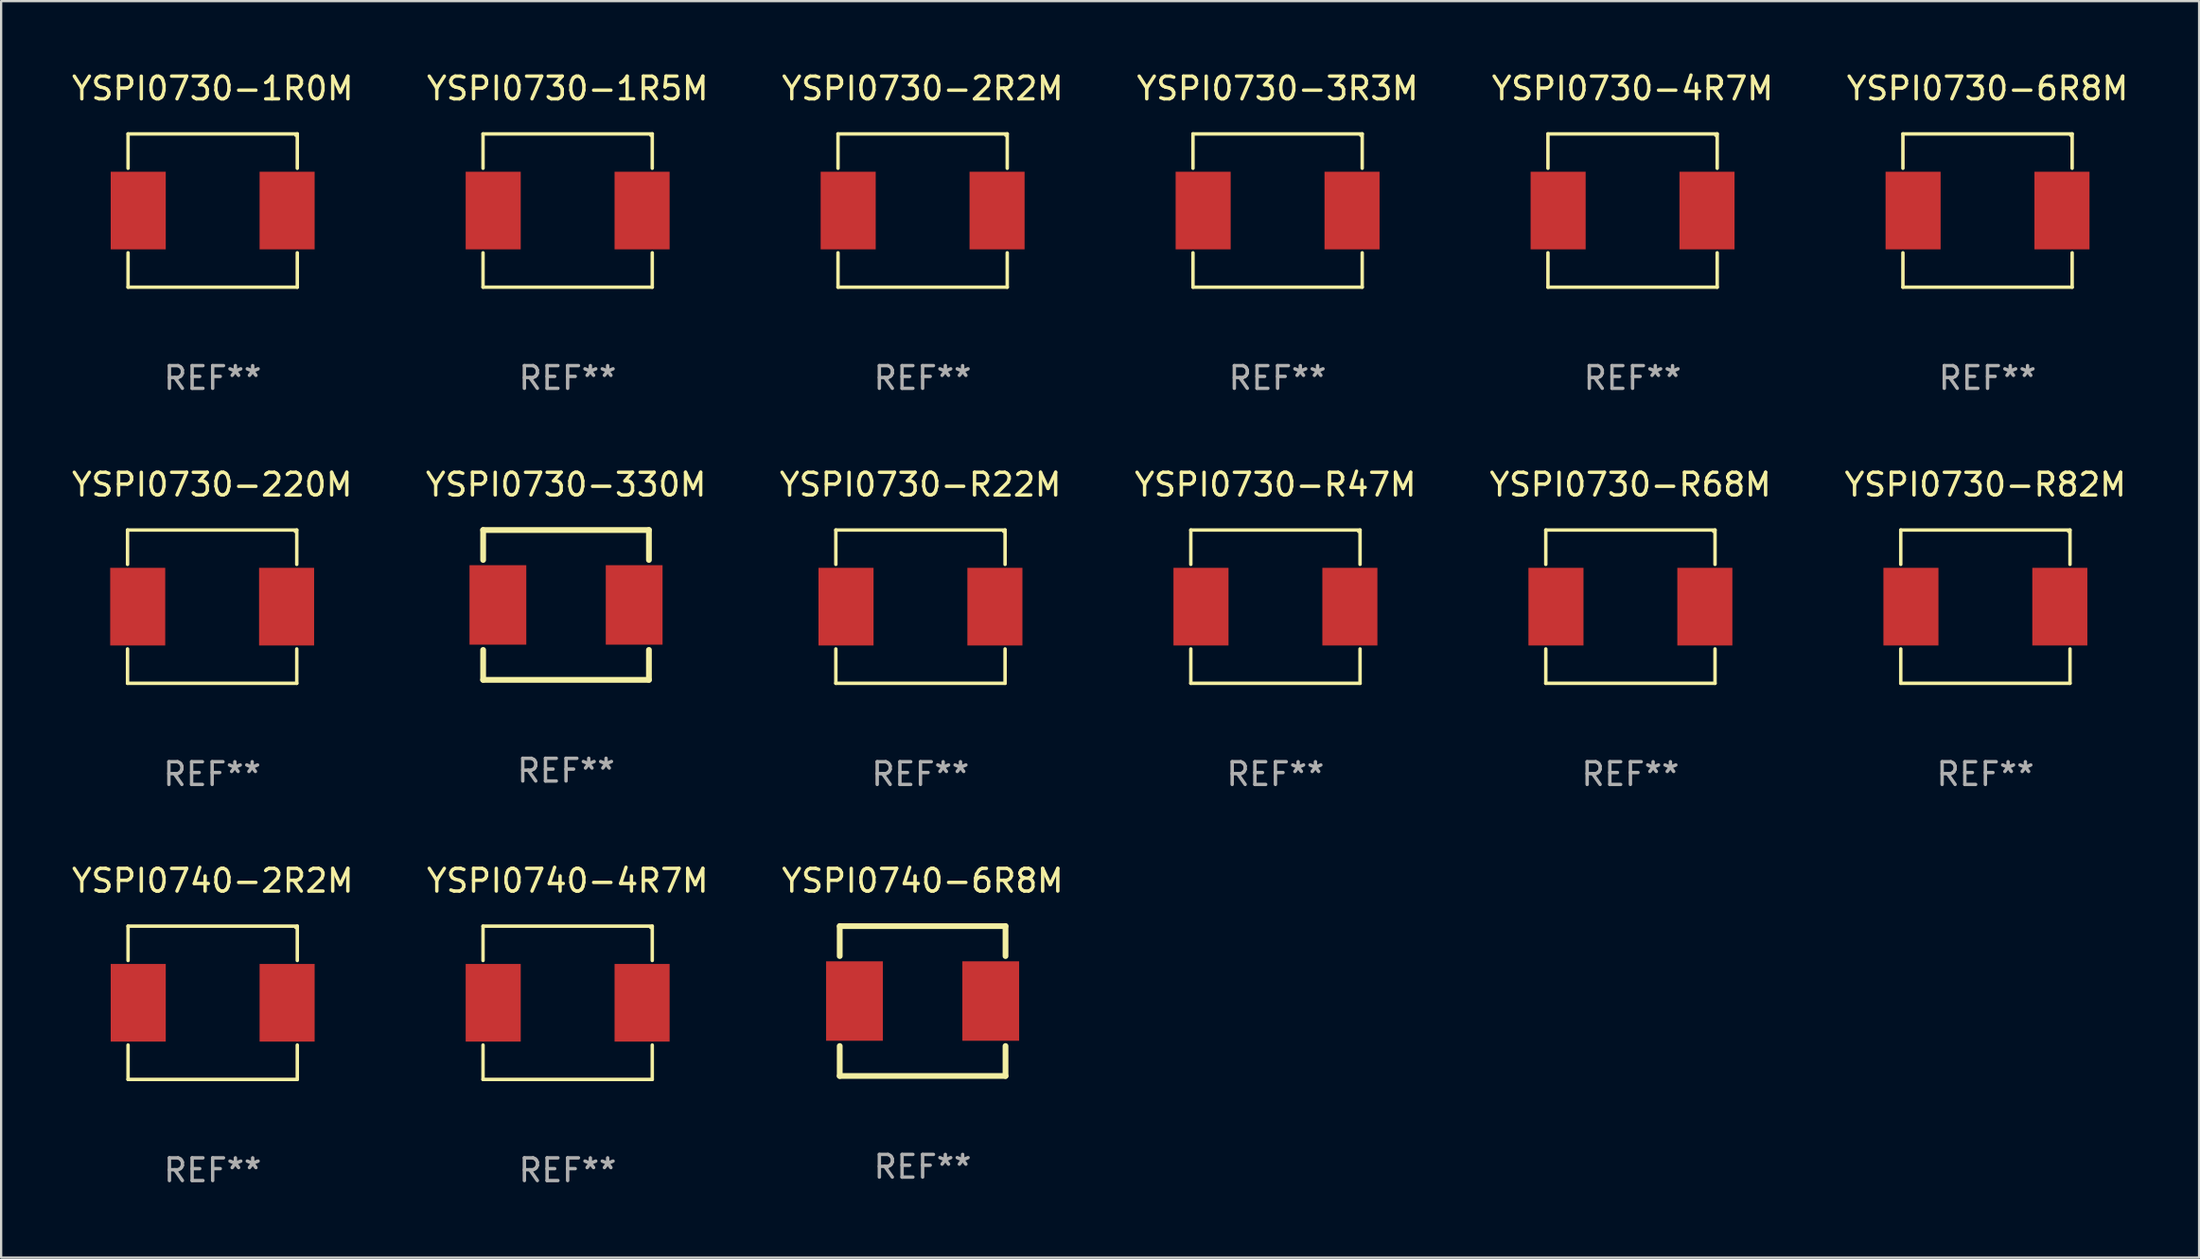
<source format=kicad_pcb>
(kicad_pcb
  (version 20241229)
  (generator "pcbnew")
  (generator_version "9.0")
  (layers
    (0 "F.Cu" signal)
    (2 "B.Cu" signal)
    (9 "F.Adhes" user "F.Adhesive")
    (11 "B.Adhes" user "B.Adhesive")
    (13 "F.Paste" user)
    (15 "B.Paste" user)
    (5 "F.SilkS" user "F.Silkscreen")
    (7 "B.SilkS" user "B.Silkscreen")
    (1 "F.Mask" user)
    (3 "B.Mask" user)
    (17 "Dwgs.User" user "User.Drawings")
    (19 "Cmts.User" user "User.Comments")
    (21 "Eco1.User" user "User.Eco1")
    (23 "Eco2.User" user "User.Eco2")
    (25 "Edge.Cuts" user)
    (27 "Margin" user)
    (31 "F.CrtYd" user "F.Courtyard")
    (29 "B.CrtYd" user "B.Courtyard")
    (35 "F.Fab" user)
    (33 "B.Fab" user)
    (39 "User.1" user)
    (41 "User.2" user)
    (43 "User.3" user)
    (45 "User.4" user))
  (footprint "YSPI0730-6R8M"
    (layer "F.Cu")
    (at 84.47 6.224)
    (property "Reference" "YSPI0730-6R8M" (at 0 -5.376 0) (layer "F.SilkS") (effects (font (size 1 1) (thickness 0.15))))
    (attr through_hole)
    (fp_line (start -3.726 -3.376) (end 3.726 -3.376) (stroke (width 0.152) (type solid)) (layer "F.SilkS"))
    (fp_line (start -3.726 -1.862) (end -3.726 -3.376) (stroke (width 0.152) (type solid)) (layer "F.SilkS"))
    (fp_line (start -3.726 1.862) (end -3.726 3.376) (stroke (width 0.152) (type solid)) (layer "F.SilkS"))
    (fp_line (start -3.726 3.376) (end 3.726 3.376) (stroke (width 0.152) (type solid)) (layer "F.SilkS"))
    (fp_line (start 3.726 -3.376) (end 3.726 -1.862) (stroke (width 0.152) (type solid)) (layer "F.SilkS"))
    (fp_line (start 3.726 3.376) (end 3.726 1.862) (stroke (width 0.152) (type solid)) (layer "F.SilkS"))
    (fp_circle (center 3.65 -3.3) (end 3.68 -3.3) (stroke (width 0.06) (type solid)) (fill no) (layer "F.SilkS"))
    (fp_text user "REF**" (at 0 7.376 0) (layer "F.Fab") (effects (font (size 1 1) (thickness 0.15))))
    (pad "1" smd rect (at 3.278 0) (size 2.424 3.42) (layers "F.Cu" "F.Mask" "F.Paste"))
    (pad "2" smd rect (at -3.278 0) (size 2.424 3.42) (layers "F.Cu" "F.Mask" "F.Paste")))
  (footprint "YSPI0730-1R0M"
    (layer "F.Cu")
    (at 6.315 6.224)
    (property "Reference" "YSPI0730-1R0M" (at 0 -5.376 0) (layer "F.SilkS") (effects (font (size 1 1) (thickness 0.15))))
    (attr through_hole)
    (fp_line (start -3.726 -3.376) (end 3.726 -3.376) (stroke (width 0.152) (type solid)) (layer "F.SilkS"))
    (fp_line (start -3.726 -1.862) (end -3.726 -3.376) (stroke (width 0.152) (type solid)) (layer "F.SilkS"))
    (fp_line (start -3.726 1.862) (end -3.726 3.376) (stroke (width 0.152) (type solid)) (layer "F.SilkS"))
    (fp_line (start -3.726 3.376) (end 3.726 3.376) (stroke (width 0.152) (type solid)) (layer "F.SilkS"))
    (fp_line (start 3.726 -3.376) (end 3.726 -1.862) (stroke (width 0.152) (type solid)) (layer "F.SilkS"))
    (fp_line (start 3.726 3.376) (end 3.726 1.862) (stroke (width 0.152) (type solid)) (layer "F.SilkS"))
    (fp_circle (center 3.65 -3.3) (end 3.68 -3.3) (stroke (width 0.06) (type solid)) (fill no) (layer "F.SilkS"))
    (fp_text user "REF**" (at 0 7.376 0) (layer "F.Fab") (effects (font (size 1 1) (thickness 0.15))))
    (pad "1" smd rect (at 3.278 0) (size 2.424 3.42) (layers "F.Cu" "F.Mask" "F.Paste"))
    (pad "2" smd rect (at -3.278 0) (size 2.424 3.42) (layers "F.Cu" "F.Mask" "F.Paste")))
  (footprint "YSPI0730-1R5M"
    (layer "F.Cu")
    (at 21.946 6.224)
    (property "Reference" "YSPI0730-1R5M" (at 0 -5.376 0) (layer "F.SilkS") (effects (font (size 1 1) (thickness 0.15))))
    (attr through_hole)
    (fp_line (start -3.726 -3.376) (end 3.726 -3.376) (stroke (width 0.152) (type solid)) (layer "F.SilkS"))
    (fp_line (start -3.726 -1.862) (end -3.726 -3.376) (stroke (width 0.152) (type solid)) (layer "F.SilkS"))
    (fp_line (start -3.726 1.862) (end -3.726 3.376) (stroke (width 0.152) (type solid)) (layer "F.SilkS"))
    (fp_line (start -3.726 3.376) (end 3.726 3.376) (stroke (width 0.152) (type solid)) (layer "F.SilkS"))
    (fp_line (start 3.726 -3.376) (end 3.726 -1.862) (stroke (width 0.152) (type solid)) (layer "F.SilkS"))
    (fp_line (start 3.726 3.376) (end 3.726 1.862) (stroke (width 0.152) (type solid)) (layer "F.SilkS"))
    (fp_circle (center 3.65 -3.3) (end 3.68 -3.3) (stroke (width 0.06) (type solid)) (fill no) (layer "F.SilkS"))
    (fp_text user "REF**" (at 0 7.376 0) (layer "F.Fab") (effects (font (size 1 1) (thickness 0.15))))
    (pad "1" smd rect (at 3.278 0) (size 2.424 3.42) (layers "F.Cu" "F.Mask" "F.Paste"))
    (pad "2" smd rect (at -3.278 0) (size 2.424 3.42) (layers "F.Cu" "F.Mask" "F.Paste")))
  (footprint "YSPI0730-R68M"
    (layer "F.Cu")
    (at 68.744 23.673)
    (property "Reference" "YSPI0730-R68M" (at 0 -5.376 0) (layer "F.SilkS") (effects (font (size 1 1) (thickness 0.15))))
    (attr through_hole)
    (fp_line (start -3.726 -3.376) (end 3.726 -3.376) (stroke (width 0.152) (type solid)) (layer "F.SilkS"))
    (fp_line (start -3.726 -1.862) (end -3.726 -3.376) (stroke (width 0.152) (type solid)) (layer "F.SilkS"))
    (fp_line (start -3.726 1.862) (end -3.726 3.376) (stroke (width 0.152) (type solid)) (layer "F.SilkS"))
    (fp_line (start -3.726 3.376) (end 3.726 3.376) (stroke (width 0.152) (type solid)) (layer "F.SilkS"))
    (fp_line (start 3.726 -3.376) (end 3.726 -1.862) (stroke (width 0.152) (type solid)) (layer "F.SilkS"))
    (fp_line (start 3.726 3.376) (end 3.726 1.862) (stroke (width 0.152) (type solid)) (layer "F.SilkS"))
    (fp_circle (center 3.65 -3.3) (end 3.68 -3.3) (stroke (width 0.06) (type solid)) (fill no) (layer "F.SilkS"))
    (fp_text user "REF**" (at 0 7.376 0) (layer "F.Fab") (effects (font (size 1 1) (thickness 0.15))))
    (pad "1" smd rect (at 3.278 0) (size 2.424 3.42) (layers "F.Cu" "F.Mask" "F.Paste"))
    (pad "2" smd rect (at -3.278 0) (size 2.424 3.42) (layers "F.Cu" "F.Mask" "F.Paste")))
  (footprint "YSPI0740-6R8M"
    (layer "F.Cu")
    (at 37.577 41.046)
    (property "Reference" "YSPI0740-6R8M" (at 0 -5.3 0) (layer "F.SilkS") (effects (font (size 1 1) (thickness 0.15))))
    (attr through_hole)
    (fp_line (start -3.65 -3.3) (end 3.65 -3.3) (stroke (width 0.254) (type solid)) (layer "F.SilkS"))
    (fp_line (start -3.65 -1.981) (end -3.65 -3.3) (stroke (width 0.254) (type solid)) (layer "F.SilkS"))
    (fp_line (start -3.65 3.3) (end -3.65 1.981) (stroke (width 0.254) (type solid)) (layer "F.SilkS"))
    (fp_line (start 3.65 -3.3) (end 3.65 -1.981) (stroke (width 0.254) (type solid)) (layer "F.SilkS"))
    (fp_line (start 3.65 1.981) (end 3.65 3.3) (stroke (width 0.254) (type solid)) (layer "F.SilkS"))
    (fp_line (start 3.65 3.3) (end -3.65 3.3) (stroke (width 0.254) (type solid)) (layer "F.SilkS"))
    (fp_circle (center -3.65 3.3) (end -3.62 3.3) (stroke (width 0.06) (type solid)) (fill no) (layer "F.SilkS"))
    (fp_text user "REF**" (at 0 7.3 0) (layer "F.Fab") (effects (font (size 1 1) (thickness 0.15))))
    (pad "1" smd rect (at -3 0) (size 2.5 3.5) (layers "F.Cu" "F.Mask" "F.Paste"))
    (pad "2" smd rect (at 3 0) (size 2.5 3.5) (layers "F.Cu" "F.Mask" "F.Paste")))
  (footprint "YSPI0730-2R2M"
    (layer "F.Cu")
    (at 37.577 6.224)
    (property "Reference" "YSPI0730-2R2M" (at 0 -5.376 0) (layer "F.SilkS") (effects (font (size 1 1) (thickness 0.15))))
    (attr through_hole)
    (fp_line (start -3.726 -3.376) (end 3.726 -3.376) (stroke (width 0.152) (type solid)) (layer "F.SilkS"))
    (fp_line (start -3.726 -1.862) (end -3.726 -3.376) (stroke (width 0.152) (type solid)) (layer "F.SilkS"))
    (fp_line (start -3.726 1.862) (end -3.726 3.376) (stroke (width 0.152) (type solid)) (layer "F.SilkS"))
    (fp_line (start -3.726 3.376) (end 3.726 3.376) (stroke (width 0.152) (type solid)) (layer "F.SilkS"))
    (fp_line (start 3.726 -3.376) (end 3.726 -1.862) (stroke (width 0.152) (type solid)) (layer "F.SilkS"))
    (fp_line (start 3.726 3.376) (end 3.726 1.862) (stroke (width 0.152) (type solid)) (layer "F.SilkS"))
    (fp_circle (center 3.65 -3.3) (end 3.68 -3.3) (stroke (width 0.06) (type solid)) (fill no) (layer "F.SilkS"))
    (fp_text user "REF**" (at 0 7.376 0) (layer "F.Fab") (effects (font (size 1 1) (thickness 0.15))))
    (pad "1" smd rect (at 3.278 0) (size 2.424 3.42) (layers "F.Cu" "F.Mask" "F.Paste"))
    (pad "2" smd rect (at -3.278 0) (size 2.424 3.42) (layers "F.Cu" "F.Mask" "F.Paste")))
  (footprint "YSPI0730-3R3M"
    (layer "F.Cu")
    (at 53.208 6.224)
    (property "Reference" "YSPI0730-3R3M" (at 0 -5.376 0) (layer "F.SilkS") (effects (font (size 1 1) (thickness 0.15))))
    (attr through_hole)
    (fp_line (start -3.726 -3.376) (end 3.726 -3.376) (stroke (width 0.152) (type solid)) (layer "F.SilkS"))
    (fp_line (start -3.726 -1.862) (end -3.726 -3.376) (stroke (width 0.152) (type solid)) (layer "F.SilkS"))
    (fp_line (start -3.726 1.862) (end -3.726 3.376) (stroke (width 0.152) (type solid)) (layer "F.SilkS"))
    (fp_line (start -3.726 3.376) (end 3.726 3.376) (stroke (width 0.152) (type solid)) (layer "F.SilkS"))
    (fp_line (start 3.726 -3.376) (end 3.726 -1.862) (stroke (width 0.152) (type solid)) (layer "F.SilkS"))
    (fp_line (start 3.726 3.376) (end 3.726 1.862) (stroke (width 0.152) (type solid)) (layer "F.SilkS"))
    (fp_circle (center 3.65 -3.3) (end 3.68 -3.3) (stroke (width 0.06) (type solid)) (fill no) (layer "F.SilkS"))
    (fp_text user "REF**" (at 0 7.376 0) (layer "F.Fab") (effects (font (size 1 1) (thickness 0.15))))
    (pad "1" smd rect (at 3.278 0) (size 2.424 3.42) (layers "F.Cu" "F.Mask" "F.Paste"))
    (pad "2" smd rect (at -3.278 0) (size 2.424 3.42) (layers "F.Cu" "F.Mask" "F.Paste")))
  (footprint "YSPI0730-330M"
    (layer "F.Cu")
    (at 21.875 23.597)
    (property "Reference" "YSPI0730-330M" (at 0 -5.3 0) (layer "F.SilkS") (effects (font (size 1 1) (thickness 0.15))))
    (attr through_hole)
    (fp_line (start -3.65 -3.3) (end 3.65 -3.3) (stroke (width 0.254) (type solid)) (layer "F.SilkS"))
    (fp_line (start -3.65 -1.981) (end -3.65 -3.3) (stroke (width 0.254) (type solid)) (layer "F.SilkS"))
    (fp_line (start -3.65 3.3) (end -3.65 1.981) (stroke (width 0.254) (type solid)) (layer "F.SilkS"))
    (fp_line (start 3.65 -3.3) (end 3.65 -1.981) (stroke (width 0.254) (type solid)) (layer "F.SilkS"))
    (fp_line (start 3.65 1.981) (end 3.65 3.3) (stroke (width 0.254) (type solid)) (layer "F.SilkS"))
    (fp_line (start 3.65 3.3) (end -3.65 3.3) (stroke (width 0.254) (type solid)) (layer "F.SilkS"))
    (fp_circle (center -3.65 3.3) (end -3.62 3.3) (stroke (width 0.06) (type solid)) (fill no) (layer "F.SilkS"))
    (fp_text user "REF**" (at 0 7.3 0) (layer "F.Fab") (effects (font (size 1 1) (thickness 0.15))))
    (pad "1" smd rect (at -3 0) (size 2.5 3.5) (layers "F.Cu" "F.Mask" "F.Paste"))
    (pad "2" smd rect (at 3 0) (size 2.5 3.5) (layers "F.Cu" "F.Mask" "F.Paste")))
  (footprint "YSPI0730-4R7M"
    (layer "F.Cu")
    (at 68.839 6.224)
    (property "Reference" "YSPI0730-4R7M" (at 0 -5.376 0) (layer "F.SilkS") (effects (font (size 1 1) (thickness 0.15))))
    (attr through_hole)
    (fp_line (start -3.726 -3.376) (end 3.726 -3.376) (stroke (width 0.152) (type solid)) (layer "F.SilkS"))
    (fp_line (start -3.726 -1.862) (end -3.726 -3.376) (stroke (width 0.152) (type solid)) (layer "F.SilkS"))
    (fp_line (start -3.726 1.862) (end -3.726 3.376) (stroke (width 0.152) (type solid)) (layer "F.SilkS"))
    (fp_line (start -3.726 3.376) (end 3.726 3.376) (stroke (width 0.152) (type solid)) (layer "F.SilkS"))
    (fp_line (start 3.726 -3.376) (end 3.726 -1.862) (stroke (width 0.152) (type solid)) (layer "F.SilkS"))
    (fp_line (start 3.726 3.376) (end 3.726 1.862) (stroke (width 0.152) (type solid)) (layer "F.SilkS"))
    (fp_circle (center 3.65 -3.3) (end 3.68 -3.3) (stroke (width 0.06) (type solid)) (fill no) (layer "F.SilkS"))
    (fp_text user "REF**" (at 0 7.376 0) (layer "F.Fab") (effects (font (size 1 1) (thickness 0.15))))
    (pad "1" smd rect (at 3.278 0) (size 2.424 3.42) (layers "F.Cu" "F.Mask" "F.Paste"))
    (pad "2" smd rect (at -3.278 0) (size 2.424 3.42) (layers "F.Cu" "F.Mask" "F.Paste")))
  (footprint "YSPI0730-R22M"
    (layer "F.Cu")
    (at 37.482 23.673)
    (property "Reference" "YSPI0730-R22M" (at 0 -5.376 0) (layer "F.SilkS") (effects (font (size 1 1) (thickness 0.15))))
    (attr through_hole)
    (fp_line (start -3.726 -3.376) (end 3.726 -3.376) (stroke (width 0.152) (type solid)) (layer "F.SilkS"))
    (fp_line (start -3.726 -1.862) (end -3.726 -3.376) (stroke (width 0.152) (type solid)) (layer "F.SilkS"))
    (fp_line (start -3.726 1.862) (end -3.726 3.376) (stroke (width 0.152) (type solid)) (layer "F.SilkS"))
    (fp_line (start -3.726 3.376) (end 3.726 3.376) (stroke (width 0.152) (type solid)) (layer "F.SilkS"))
    (fp_line (start 3.726 -3.376) (end 3.726 -1.862) (stroke (width 0.152) (type solid)) (layer "F.SilkS"))
    (fp_line (start 3.726 3.376) (end 3.726 1.862) (stroke (width 0.152) (type solid)) (layer "F.SilkS"))
    (fp_circle (center 3.65 -3.3) (end 3.68 -3.3) (stroke (width 0.06) (type solid)) (fill no) (layer "F.SilkS"))
    (fp_text user "REF**" (at 0 7.376 0) (layer "F.Fab") (effects (font (size 1 1) (thickness 0.15))))
    (pad "1" smd rect (at 3.278 0) (size 2.424 3.42) (layers "F.Cu" "F.Mask" "F.Paste"))
    (pad "2" smd rect (at -3.278 0) (size 2.424 3.42) (layers "F.Cu" "F.Mask" "F.Paste")))
  (footprint "YSPI0730-R82M"
    (layer "F.Cu")
    (at 84.375 23.673)
    (property "Reference" "YSPI0730-R82M" (at 0 -5.376 0) (layer "F.SilkS") (effects (font (size 1 1) (thickness 0.15))))
    (attr through_hole)
    (fp_line (start -3.726 -3.376) (end 3.726 -3.376) (stroke (width 0.152) (type solid)) (layer "F.SilkS"))
    (fp_line (start -3.726 -1.862) (end -3.726 -3.376) (stroke (width 0.152) (type solid)) (layer "F.SilkS"))
    (fp_line (start -3.726 1.862) (end -3.726 3.376) (stroke (width 0.152) (type solid)) (layer "F.SilkS"))
    (fp_line (start -3.726 3.376) (end 3.726 3.376) (stroke (width 0.152) (type solid)) (layer "F.SilkS"))
    (fp_line (start 3.726 -3.376) (end 3.726 -1.862) (stroke (width 0.152) (type solid)) (layer "F.SilkS"))
    (fp_line (start 3.726 3.376) (end 3.726 1.862) (stroke (width 0.152) (type solid)) (layer "F.SilkS"))
    (fp_circle (center 3.65 -3.3) (end 3.68 -3.3) (stroke (width 0.06) (type solid)) (fill no) (layer "F.SilkS"))
    (fp_text user "REF**" (at 0 7.376 0) (layer "F.Fab") (effects (font (size 1 1) (thickness 0.15))))
    (pad "1" smd rect (at 3.278 0) (size 2.424 3.42) (layers "F.Cu" "F.Mask" "F.Paste"))
    (pad "2" smd rect (at -3.278 0) (size 2.424 3.42) (layers "F.Cu" "F.Mask" "F.Paste")))
  (footprint "YSPI0740-4R7M"
    (layer "F.Cu")
    (at 21.946 41.122)
    (property "Reference" "YSPI0740-4R7M" (at 0 -5.376 0) (layer "F.SilkS") (effects (font (size 1 1) (thickness 0.15))))
    (attr through_hole)
    (fp_line (start -3.726 -3.376) (end 3.726 -3.376) (stroke (width 0.152) (type solid)) (layer "F.SilkS"))
    (fp_line (start -3.726 -1.862) (end -3.726 -3.376) (stroke (width 0.152) (type solid)) (layer "F.SilkS"))
    (fp_line (start -3.726 1.862) (end -3.726 3.376) (stroke (width 0.152) (type solid)) (layer "F.SilkS"))
    (fp_line (start -3.726 3.376) (end 3.726 3.376) (stroke (width 0.152) (type solid)) (layer "F.SilkS"))
    (fp_line (start 3.726 -3.376) (end 3.726 -1.862) (stroke (width 0.152) (type solid)) (layer "F.SilkS"))
    (fp_line (start 3.726 3.376) (end 3.726 1.862) (stroke (width 0.152) (type solid)) (layer "F.SilkS"))
    (fp_circle (center 3.65 -3.3) (end 3.68 -3.3) (stroke (width 0.06) (type solid)) (fill no) (layer "F.SilkS"))
    (fp_text user "REF**" (at 0 7.376 0) (layer "F.Fab") (effects (font (size 1 1) (thickness 0.15))))
    (pad "1" smd rect (at 3.278 0) (size 2.424 3.42) (layers "F.Cu" "F.Mask" "F.Paste"))
    (pad "2" smd rect (at -3.278 0) (size 2.424 3.42) (layers "F.Cu" "F.Mask" "F.Paste")))
  (footprint "YSPI0730-R47M"
    (layer "F.Cu")
    (at 53.113 23.673)
    (property "Reference" "YSPI0730-R47M" (at 0 -5.376 0) (layer "F.SilkS") (effects (font (size 1 1) (thickness 0.15))))
    (attr through_hole)
    (fp_line (start -3.726 -3.376) (end 3.726 -3.376) (stroke (width 0.152) (type solid)) (layer "F.SilkS"))
    (fp_line (start -3.726 -1.862) (end -3.726 -3.376) (stroke (width 0.152) (type solid)) (layer "F.SilkS"))
    (fp_line (start -3.726 1.862) (end -3.726 3.376) (stroke (width 0.152) (type solid)) (layer "F.SilkS"))
    (fp_line (start -3.726 3.376) (end 3.726 3.376) (stroke (width 0.152) (type solid)) (layer "F.SilkS"))
    (fp_line (start 3.726 -3.376) (end 3.726 -1.862) (stroke (width 0.152) (type solid)) (layer "F.SilkS"))
    (fp_line (start 3.726 3.376) (end 3.726 1.862) (stroke (width 0.152) (type solid)) (layer "F.SilkS"))
    (fp_circle (center 3.65 -3.3) (end 3.68 -3.3) (stroke (width 0.06) (type solid)) (fill no) (layer "F.SilkS"))
    (fp_text user "REF**" (at 0 7.376 0) (layer "F.Fab") (effects (font (size 1 1) (thickness 0.15))))
    (pad "1" smd rect (at 3.278 0) (size 2.424 3.42) (layers "F.Cu" "F.Mask" "F.Paste"))
    (pad "2" smd rect (at -3.278 0) (size 2.424 3.42) (layers "F.Cu" "F.Mask" "F.Paste")))
  (footprint "YSPI0740-2R2M"
    (layer "F.Cu")
    (at 6.315 41.122)
    (property "Reference" "YSPI0740-2R2M" (at 0 -5.376 0) (layer "F.SilkS") (effects (font (size 1 1) (thickness 0.15))))
    (attr through_hole)
    (fp_line (start -3.726 -3.376) (end 3.726 -3.376) (stroke (width 0.152) (type solid)) (layer "F.SilkS"))
    (fp_line (start -3.726 -1.862) (end -3.726 -3.376) (stroke (width 0.152) (type solid)) (layer "F.SilkS"))
    (fp_line (start -3.726 1.862) (end -3.726 3.376) (stroke (width 0.152) (type solid)) (layer "F.SilkS"))
    (fp_line (start -3.726 3.376) (end 3.726 3.376) (stroke (width 0.152) (type solid)) (layer "F.SilkS"))
    (fp_line (start 3.726 -3.376) (end 3.726 -1.862) (stroke (width 0.152) (type solid)) (layer "F.SilkS"))
    (fp_line (start 3.726 3.376) (end 3.726 1.862) (stroke (width 0.152) (type solid)) (layer "F.SilkS"))
    (fp_circle (center 3.65 -3.3) (end 3.68 -3.3) (stroke (width 0.06) (type solid)) (fill no) (layer "F.SilkS"))
    (fp_text user "REF**" (at 0 7.376 0) (layer "F.Fab") (effects (font (size 1 1) (thickness 0.15))))
    (pad "1" smd rect (at 3.278 0) (size 2.424 3.42) (layers "F.Cu" "F.Mask" "F.Paste"))
    (pad "2" smd rect (at -3.278 0) (size 2.424 3.42) (layers "F.Cu" "F.Mask" "F.Paste")))
  (footprint "YSPI0730-220M"
    (layer "F.Cu")
    (at 6.292 23.673)
    (property "Reference" "YSPI0730-220M" (at 0 -5.376 0) (layer "F.SilkS") (effects (font (size 1 1) (thickness 0.15))))
    (attr through_hole)
    (fp_line (start -3.726 -3.376) (end 3.726 -3.376) (stroke (width 0.152) (type solid)) (layer "F.SilkS"))
    (fp_line (start -3.726 -1.862) (end -3.726 -3.376) (stroke (width 0.152) (type solid)) (layer "F.SilkS"))
    (fp_line (start -3.726 1.862) (end -3.726 3.376) (stroke (width 0.152) (type solid)) (layer "F.SilkS"))
    (fp_line (start -3.726 3.376) (end 3.726 3.376) (stroke (width 0.152) (type solid)) (layer "F.SilkS"))
    (fp_line (start 3.726 -3.376) (end 3.726 -1.862) (stroke (width 0.152) (type solid)) (layer "F.SilkS"))
    (fp_line (start 3.726 3.376) (end 3.726 1.862) (stroke (width 0.152) (type solid)) (layer "F.SilkS"))
    (fp_circle (center 3.65 -3.3) (end 3.68 -3.3) (stroke (width 0.06) (type solid)) (fill no) (layer "F.SilkS"))
    (fp_text user "REF**" (at 0 7.376 0) (layer "F.Fab") (effects (font (size 1 1) (thickness 0.15))))
    (pad "1" smd rect (at 3.278 0) (size 2.424 3.42) (layers "F.Cu" "F.Mask" "F.Paste"))
    (pad "2" smd rect (at -3.278 0) (size 2.424 3.42) (layers "F.Cu" "F.Mask" "F.Paste")))
  (gr_rect
    (start -3 -3)
    (end 93.786 52.347)
    (stroke (width 0.1) (type default))
    (fill no)
    (layer "Edge.Cuts")))
</source>
